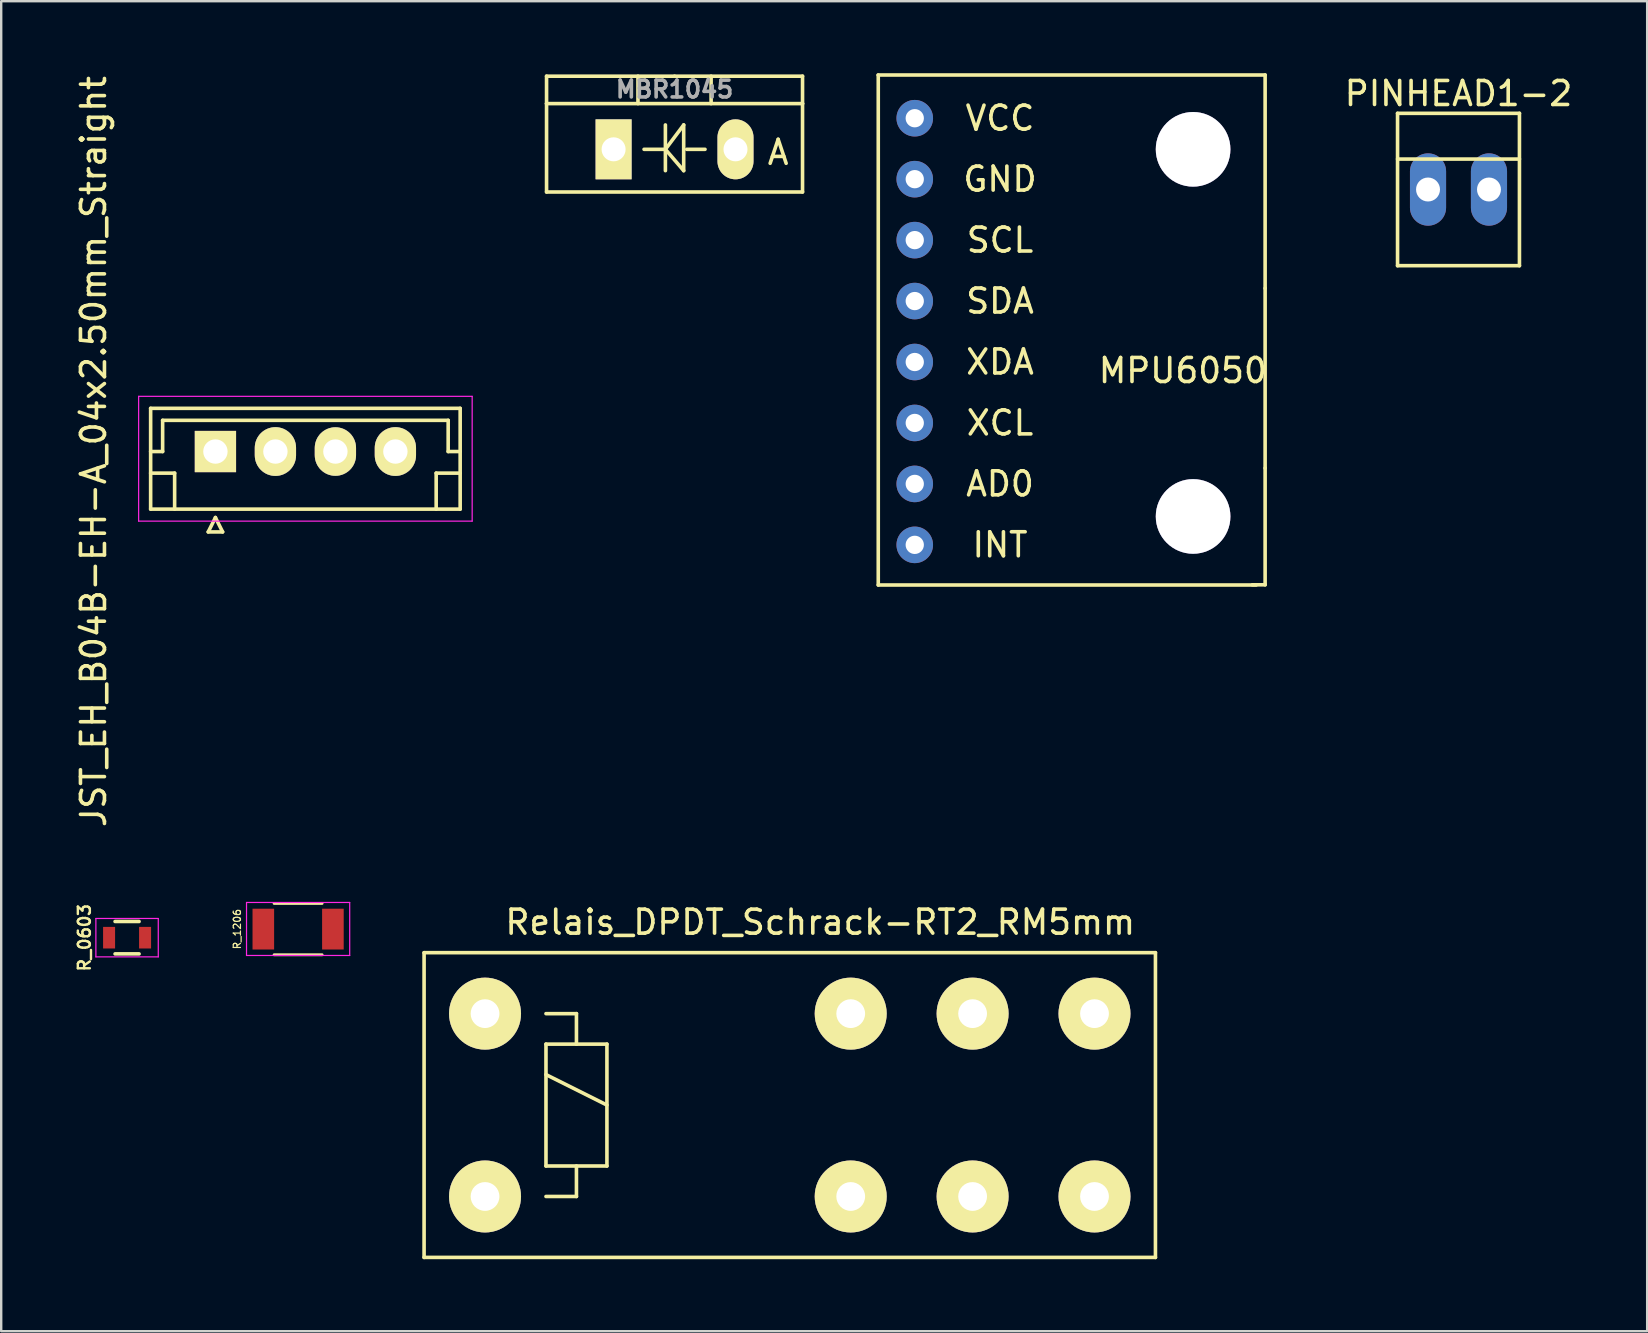
<source format=kicad_pcb>
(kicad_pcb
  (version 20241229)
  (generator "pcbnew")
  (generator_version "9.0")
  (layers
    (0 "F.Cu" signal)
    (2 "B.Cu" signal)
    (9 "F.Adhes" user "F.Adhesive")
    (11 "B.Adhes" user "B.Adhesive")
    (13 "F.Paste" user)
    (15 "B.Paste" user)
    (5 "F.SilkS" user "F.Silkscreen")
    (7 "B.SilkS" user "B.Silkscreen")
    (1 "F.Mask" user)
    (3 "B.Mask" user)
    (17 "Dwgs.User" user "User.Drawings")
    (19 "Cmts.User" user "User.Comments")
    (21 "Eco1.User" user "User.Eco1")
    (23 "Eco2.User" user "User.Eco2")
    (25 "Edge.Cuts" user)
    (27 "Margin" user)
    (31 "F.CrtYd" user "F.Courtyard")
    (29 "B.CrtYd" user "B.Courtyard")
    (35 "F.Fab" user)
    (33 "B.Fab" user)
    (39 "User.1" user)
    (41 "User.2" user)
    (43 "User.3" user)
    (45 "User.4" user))
  (footprint "R_0603"
    (layer "F.Cu")
    (at 2.246 36.029)
    (property "Reference" "R_0603" (at -1.778 0 90) (layer "F.SilkS") (effects (font (size 0.5 0.5) (thickness 0.1))))
    (attr smd)
    (fp_line (start -0.5 -0.675) (end 0.5 -0.675) (stroke (width 0.15) (type solid)) (layer "F.SilkS"))
    (fp_line (start 0.5 0.675) (end -0.5 0.675) (stroke (width 0.15) (type solid)) (layer "F.SilkS"))
    (fp_line (start -1.3 -0.8) (end -1.3 0.8) (stroke (width 0.05) (type solid)) (layer "F.CrtYd"))
    (fp_line (start -1.3 -0.8) (end 1.3 -0.8) (stroke (width 0.05) (type solid)) (layer "F.CrtYd"))
    (fp_line (start -1.3 0.8) (end 1.3 0.8) (stroke (width 0.05) (type solid)) (layer "F.CrtYd"))
    (fp_line (start 1.3 -0.8) (end 1.3 0.8) (stroke (width 0.05) (type solid)) (layer "F.CrtYd"))
    (pad "1" smd rect (at -0.75 0) (size 0.5 0.9) (layers "F.Cu" "F.Mask" "F.Paste"))
    (pad "2" smd rect (at 0.75 0) (size 0.5 0.9) (layers "F.Cu" "F.Mask" "F.Paste")))
  (footprint "JST_EH_B04B-EH-A_04x2.50mm_Straight"
    (layer "F.Cu")
    (at 5.928 15.768)
    (property "Reference" "JST_EH_B04B-EH-A_04x2.50mm_Straight" (at -5.08 0 90) (layer "F.SilkS") (effects (font (size 1 1) (thickness 0.15))))
    (attr through_hole)
    (fp_line (start -2.7 -1.8) (end -2.7 2.4) (stroke (width 0.15) (type solid)) (layer "F.SilkS"))
    (fp_line (start -2.7 0) (end -2.2 0) (stroke (width 0.15) (type solid)) (layer "F.SilkS"))
    (fp_line (start -2.7 0.9) (end -1.7 0.9) (stroke (width 0.15) (type solid)) (layer "F.SilkS"))
    (fp_line (start -2.7 2.4) (end 10.2 2.4) (stroke (width 0.15) (type solid)) (layer "F.SilkS"))
    (fp_line (start -2.2 -1.3) (end 9.7 -1.3) (stroke (width 0.15) (type solid)) (layer "F.SilkS"))
    (fp_line (start -2.2 0) (end -2.2 -1.3) (stroke (width 0.15) (type solid)) (layer "F.SilkS"))
    (fp_line (start -1.7 0.9) (end -1.7 2.4) (stroke (width 0.15) (type solid)) (layer "F.SilkS"))
    (fp_line (start -0.3 3.35) (end 0.3 3.35) (stroke (width 0.15) (type solid)) (layer "F.SilkS"))
    (fp_line (start 0 2.75) (end -0.3 3.35) (stroke (width 0.15) (type solid)) (layer "F.SilkS"))
    (fp_line (start 0.3 3.35) (end 0 2.75) (stroke (width 0.15) (type solid)) (layer "F.SilkS"))
    (fp_line (start 9.2 0.9) (end 9.2 2.4) (stroke (width 0.15) (type solid)) (layer "F.SilkS"))
    (fp_line (start 9.7 -1.3) (end 9.7 0) (stroke (width 0.15) (type solid)) (layer "F.SilkS"))
    (fp_line (start 9.7 0) (end 10.2 0) (stroke (width 0.15) (type solid)) (layer "F.SilkS"))
    (fp_line (start 10.2 -1.8) (end -2.7 -1.8) (stroke (width 0.15) (type solid)) (layer "F.SilkS"))
    (fp_line (start 10.2 0.9) (end 9.2 0.9) (stroke (width 0.15) (type solid)) (layer "F.SilkS"))
    (fp_line (start 10.2 2.4) (end 10.2 -1.8) (stroke (width 0.15) (type solid)) (layer "F.SilkS"))
    (fp_line (start -3.2 -2.3) (end -3.2 2.9) (stroke (width 0.05) (type solid)) (layer "F.CrtYd"))
    (fp_line (start -3.2 2.9) (end 10.7 2.9) (stroke (width 0.05) (type solid)) (layer "F.CrtYd"))
    (fp_line (start 10.7 -2.3) (end -3.2 -2.3) (stroke (width 0.05) (type solid)) (layer "F.CrtYd"))
    (fp_line (start 10.7 2.9) (end 10.7 -2.3) (stroke (width 0.05) (type solid)) (layer "F.CrtYd"))
    (pad "1" thru_hole rect (at 0 0) (size 1.72 1.72) (drill 1.016) (layers "*.Cu" "*.Mask" "F.SilkS"))
    (pad "2" thru_hole oval (at 2.5 0) (size 1.72 2.032) (drill 1.016) (layers "*.Cu" "*.Mask" "F.SilkS"))
    (pad "3" thru_hole oval (at 5 0) (size 1.72 2.023) (drill 1.016) (layers "*.Cu" "*.Mask" "F.SilkS"))
    (pad "4" thru_hole oval (at 7.5 0) (size 1.72 2.032) (drill 1.016) (layers "*.Cu" "*.Mask" "F.SilkS")))
  (footprint "MPU6050"
    (layer "F.Cu")
    (at 41.428 10.723)
    (property "Reference" "MPU6050" (at 4.818 1.671 0) (layer "F.SilkS") (effects (font (size 1 1) (thickness 0.15))))
    (attr through_hole)
    (fp_line (start -7.876 10.607) (end -7.876 -10.643) (stroke (width 0.15) (type solid)) (layer "F.SilkS"))
    (fp_line (start 7.874 10.607) (end -7.876 10.607) (stroke (width 0.15) (type solid)) (layer "F.SilkS"))
    (fp_line (start 8.247 -10.648) (end -7.882 -10.648) (stroke (width 0.15) (type solid)) (layer "F.SilkS"))
    (fp_line (start 8.247 -1.758) (end 8.247 -10.648) (stroke (width 0.15) (type solid)) (layer "F.SilkS"))
    (fp_line (start 8.247 -1.758) (end 8.247 5.735) (stroke (width 0.15) (type solid)) (layer "F.SilkS"))
    (fp_line (start 8.247 5.735) (end 8.247 10.599) (stroke (width 0.15) (type solid)) (layer "F.SilkS"))
    (fp_line (start 8.247 10.599) (end 7.713 10.599) (stroke (width 0.15) (type solid)) (layer "F.SilkS"))
    (fp_line (start 4.928 -7.988) (end 5.499 -7.988) (stroke (width 0.12) (type solid)) (layer "Eco1.User"))
    (fp_text user "XCL" (at -2.802 3.854 0) (layer "F.SilkS") (effects (font (size 1 1) (thickness 0.15))))
    (fp_text user "SDA" (at -2.802 -1.226 0) (layer "F.SilkS") (effects (font (size 1 1) (thickness 0.15))))
    (fp_text user "INT" (at -2.802 8.934 0) (layer "F.SilkS") (effects (font (size 1 1) (thickness 0.15))))
    (fp_text user "GND" (at -2.802 -6.306 0) (layer "F.SilkS") (effects (font (size 1 1) (thickness 0.15))))
    (fp_text user "AD0" (at -2.802 6.394 0) (layer "F.SilkS") (effects (font (size 1 1) (thickness 0.15))))
    (fp_text user "VCC" (at -2.802 -8.846 0) (layer "F.SilkS") (effects (font (size 1 1) (thickness 0.15))))
    (fp_text user "XDA" (at -2.802 1.314 0) (layer "F.SilkS") (effects (font (size 1 1) (thickness 0.15))))
    (fp_text user "SCL" (at -2.802 -3.766 0) (layer "F.SilkS") (effects (font (size 1 1) (thickness 0.15))))
    (pad "" thru_hole circle (at 5.245 -7.55) (size 3.11 3.11) (drill 3.11) (layers "*.Cu" "*.Mask"))
    (pad "" thru_hole circle (at 5.245 7.75) (size 3.11 3.11) (drill 3.11) (layers "*.Cu" "*.Mask"))
    (pad "1" thru_hole circle (at -6.355 -8.846) (size 1.524 1.524) (drill 0.762) (layers "*.Cu" "*.Mask"))
    (pad "2" thru_hole circle (at -6.355 -6.306) (size 1.524 1.524) (drill 0.762) (layers "*.Cu" "*.Mask"))
    (pad "3" thru_hole circle (at -6.355 -3.766) (size 1.524 1.524) (drill 0.762) (layers "*.Cu" "*.Mask"))
    (pad "4" thru_hole circle (at -6.355 -1.226) (size 1.524 1.524) (drill 0.762) (layers "*.Cu" "*.Mask"))
    (pad "5" thru_hole circle (at -6.355 1.314) (size 1.524 1.524) (drill 0.762) (layers "*.Cu" "*.Mask"))
    (pad "6" thru_hole circle (at -6.355 3.854) (size 1.524 1.524) (drill 0.762) (layers "*.Cu" "*.Mask"))
    (pad "7" thru_hole circle (at -6.355 6.394) (size 1.524 1.524) (drill 0.762) (layers "*.Cu" "*.Mask"))
    (pad "8" thru_hole circle (at -6.355 8.934) (size 1.524 1.524) (drill 0.762) (layers "*.Cu" "*.Mask")))
  (footprint "Relais_DPDT_Schrack-RT2_RM5mm"
    (layer "F.Cu")
    (at 17.164 46.814)
    (property "Reference" "Relais_DPDT_Schrack-RT2_RM5mm" (at 13.97 -11.43 0) (layer "F.SilkS") (effects (font (size 1 1) (thickness 0.15))))
    (attr through_hole)
    (fp_line (start -2.54 -10.16) (end 27.94 -10.16) (stroke (width 0.15) (type solid)) (layer "F.SilkS"))
    (fp_line (start -2.54 2.54) (end -2.54 -10.16) (stroke (width 0.15) (type solid)) (layer "F.SilkS"))
    (fp_line (start 2.54 -7.62) (end 3.81 -7.62) (stroke (width 0.15) (type solid)) (layer "F.SilkS"))
    (fp_line (start 2.54 -6.35) (end 3.81 -6.35) (stroke (width 0.15) (type solid)) (layer "F.SilkS"))
    (fp_line (start 2.54 -5.08) (end 5.08 -3.81) (stroke (width 0.15) (type solid)) (layer "F.SilkS"))
    (fp_line (start 2.54 -1.27) (end 2.54 -6.35) (stroke (width 0.15) (type solid)) (layer "F.SilkS"))
    (fp_line (start 3.81 -7.62) (end 3.81 -6.35) (stroke (width 0.15) (type solid)) (layer "F.SilkS"))
    (fp_line (start 3.81 -6.35) (end 5.08 -6.35) (stroke (width 0.15) (type solid)) (layer "F.SilkS"))
    (fp_line (start 3.81 -1.27) (end 3.81 0) (stroke (width 0.15) (type solid)) (layer "F.SilkS"))
    (fp_line (start 3.81 0) (end 2.54 0) (stroke (width 0.15) (type solid)) (layer "F.SilkS"))
    (fp_line (start 5.08 -6.35) (end 5.08 -1.27) (stroke (width 0.15) (type solid)) (layer "F.SilkS"))
    (fp_line (start 5.08 -1.27) (end 2.54 -1.27) (stroke (width 0.15) (type solid)) (layer "F.SilkS"))
    (fp_line (start 27.94 -10.16) (end 27.94 2.54) (stroke (width 0.15) (type solid)) (layer "F.SilkS"))
    (fp_line (start 27.94 2.54) (end -2.54 2.54) (stroke (width 0.15) (type solid)) (layer "F.SilkS"))
    (pad "1" thru_hole circle (at 15.24 0) (size 3 3) (drill 1.199) (layers "*.Cu" "*.Mask" "F.SilkS"))
    (pad "3" thru_hole circle (at 25.4 0) (size 3 3) (drill 1.199) (layers "*.Cu" "*.Mask" "F.SilkS"))
    (pad "5" thru_hole circle (at 20.32 0) (size 3 3) (drill 1.199) (layers "*.Cu" "*.Mask" "F.SilkS"))
    (pad "8" thru_hole circle (at 0 -7.62) (size 3 3) (drill 1.199) (layers "*.Cu" "*.Mask" "F.SilkS"))
    (pad "9" thru_hole circle (at 0 0) (size 3 3) (drill 1.199) (layers "*.Cu" "*.Mask" "F.SilkS"))
    (pad "12" thru_hole circle (at 20.32 -7.62) (size 3 3) (drill 1.199) (layers "*.Cu" "*.Mask" "F.SilkS"))
    (pad "14" thru_hole circle (at 25.4 -7.62) (size 3 3) (drill 1.199) (layers "*.Cu" "*.Mask" "F.SilkS"))
    (pad "16" thru_hole circle (at 15.24 -7.62) (size 3 3) (drill 1.199) (layers "*.Cu" "*.Mask" "F.SilkS")))
  (footprint "PINHEAD1-2"
    (layer "F.Cu")
    (at 57.734 4.848)
    (property "Reference" "PINHEAD1-2" (at 0 -4 0) (layer "F.SilkS") (effects (font (size 1 1) (thickness 0.15))))
    (attr exclude_from_pos_files exclude_from_bom)
    (fp_line (start -2.54 -3.175) (end -2.54 3.175) (stroke (width 0.15) (type solid)) (layer "F.SilkS"))
    (fp_line (start -2.54 -3.175) (end 2.54 -3.175) (stroke (width 0.15) (type solid)) (layer "F.SilkS"))
    (fp_line (start 2.54 -3.175) (end 2.54 3.175) (stroke (width 0.15) (type solid)) (layer "F.SilkS"))
    (fp_line (start 2.54 -1.27) (end -2.54 -1.27) (stroke (width 0.15) (type solid)) (layer "F.SilkS"))
    (fp_line (start 2.54 3.175) (end -2.54 3.175) (stroke (width 0.15) (type solid)) (layer "F.SilkS"))
    (pad "1" thru_hole oval (at -1.27 0) (size 1.506 3.015) (drill 0.998) (layers "*.Cu" "*.Mask"))
    (pad "2" thru_hole oval (at 1.27 0) (size 1.506 3.015) (drill 0.998) (layers "*.Cu" "*.Mask")))
  (footprint "R_1206"
    (layer "F.Cu")
    (at 9.374 35.671)
    (property "Reference" "R_1206" (at -2.54 0 90) (layer "F.SilkS") (effects (font (size 0.3 0.3) (thickness 0.05))))
    (attr smd)
    (fp_line (start -1 -1.07) (end 1 -1.07) (stroke (width 0.12) (type solid)) (layer "F.SilkS"))
    (fp_line (start 1 1.07) (end -1 1.07) (stroke (width 0.12) (type solid)) (layer "F.SilkS"))
    (fp_line (start -2.15 -1.11) (end -2.15 1.1) (stroke (width 0.05) (type solid)) (layer "F.CrtYd"))
    (fp_line (start -2.15 -1.11) (end 2.15 -1.11) (stroke (width 0.05) (type solid)) (layer "F.CrtYd"))
    (fp_line (start 2.15 1.1) (end -2.15 1.1) (stroke (width 0.05) (type solid)) (layer "F.CrtYd"))
    (fp_line (start 2.15 1.1) (end 2.15 -1.11) (stroke (width 0.05) (type solid)) (layer "F.CrtYd"))
    (pad "1" smd rect (at -1.45 0) (size 0.9 1.7) (layers "F.Cu" "F.Mask" "F.Paste"))
    (pad "2" smd rect (at 1.45 0) (size 0.9 1.7) (layers "F.Cu" "F.Mask" "F.Paste")))
  (footprint "MBR1045"
    (layer "F.Cu")
    (at 25.062 3.173)
    (property "Reference" "MBR1045" (at 0 -2.5 0) (layer "F.Fab") (effects (font (size 0.7 0.7) (thickness 0.15))))
    (attr through_hole)
    (fp_line (start -5.334 -1.905) (end -5.334 -3.048) (stroke (width 0.15) (type solid)) (layer "F.SilkS"))
    (fp_line (start -5.334 1.778) (end -5.334 -1.905) (stroke (width 0.15) (type solid)) (layer "F.SilkS"))
    (fp_line (start -1.524 -3.048) (end -1.524 -1.905) (stroke (width 0.15) (type solid)) (layer "F.SilkS"))
    (fp_line (start -0.381 -1.016) (end -0.381 0.889) (stroke (width 0.15) (type solid)) (layer "F.SilkS"))
    (fp_line (start -0.381 0) (end -1.27 0) (stroke (width 0.15) (type solid)) (layer "F.SilkS"))
    (fp_line (start -0.381 0) (end 0.381 -1.016) (stroke (width 0.15) (type solid)) (layer "F.SilkS"))
    (fp_line (start 0 -3.048) (end -5.334 -3.048) (stroke (width 0.15) (type solid)) (layer "F.SilkS"))
    (fp_line (start 0 -3.048) (end 5.334 -3.048) (stroke (width 0.15) (type solid)) (layer "F.SilkS"))
    (fp_line (start 0.381 -1.016) (end 0.381 0.889) (stroke (width 0.15) (type solid)) (layer "F.SilkS"))
    (fp_line (start 0.381 0.889) (end -0.381 0) (stroke (width 0.15) (type solid)) (layer "F.SilkS"))
    (fp_line (start 0.508 0) (end 1.27 0) (stroke (width 0.15) (type solid)) (layer "F.SilkS"))
    (fp_line (start 1.524 -3.048) (end 1.524 -1.905) (stroke (width 0.15) (type solid)) (layer "F.SilkS"))
    (fp_line (start 5.334 -3.048) (end 5.334 -1.905) (stroke (width 0.15) (type solid)) (layer "F.SilkS"))
    (fp_line (start 5.334 -1.905) (end -5.334 -1.905) (stroke (width 0.15) (type solid)) (layer "F.SilkS"))
    (fp_line (start 5.334 -1.905) (end 5.334 1.778) (stroke (width 0.15) (type solid)) (layer "F.SilkS"))
    (fp_line (start 5.334 1.778) (end -5.334 1.778) (stroke (width 0.15) (type solid)) (layer "F.SilkS"))
    (fp_text user "A" (at 4.318 0.127 0) (layer "F.SilkS") (effects (font (size 1 1) (thickness 0.15))))
    (pad "1" thru_hole rect (at -2.54 0 90) (size 2.499 1.501) (drill 1.001) (layers "*.Cu" "*.Mask" "F.SilkS"))
    (pad "2" thru_hole oval (at 2.54 0 90) (size 2.499 1.501) (drill 1.001) (layers "*.Cu" "*.Mask" "F.SilkS")))
  (gr_rect
    (start -3 -3)
    (end 65.597 52.429)
    (stroke (width 0.1) (type default))
    (fill no)
    (layer "Edge.Cuts")))
</source>
